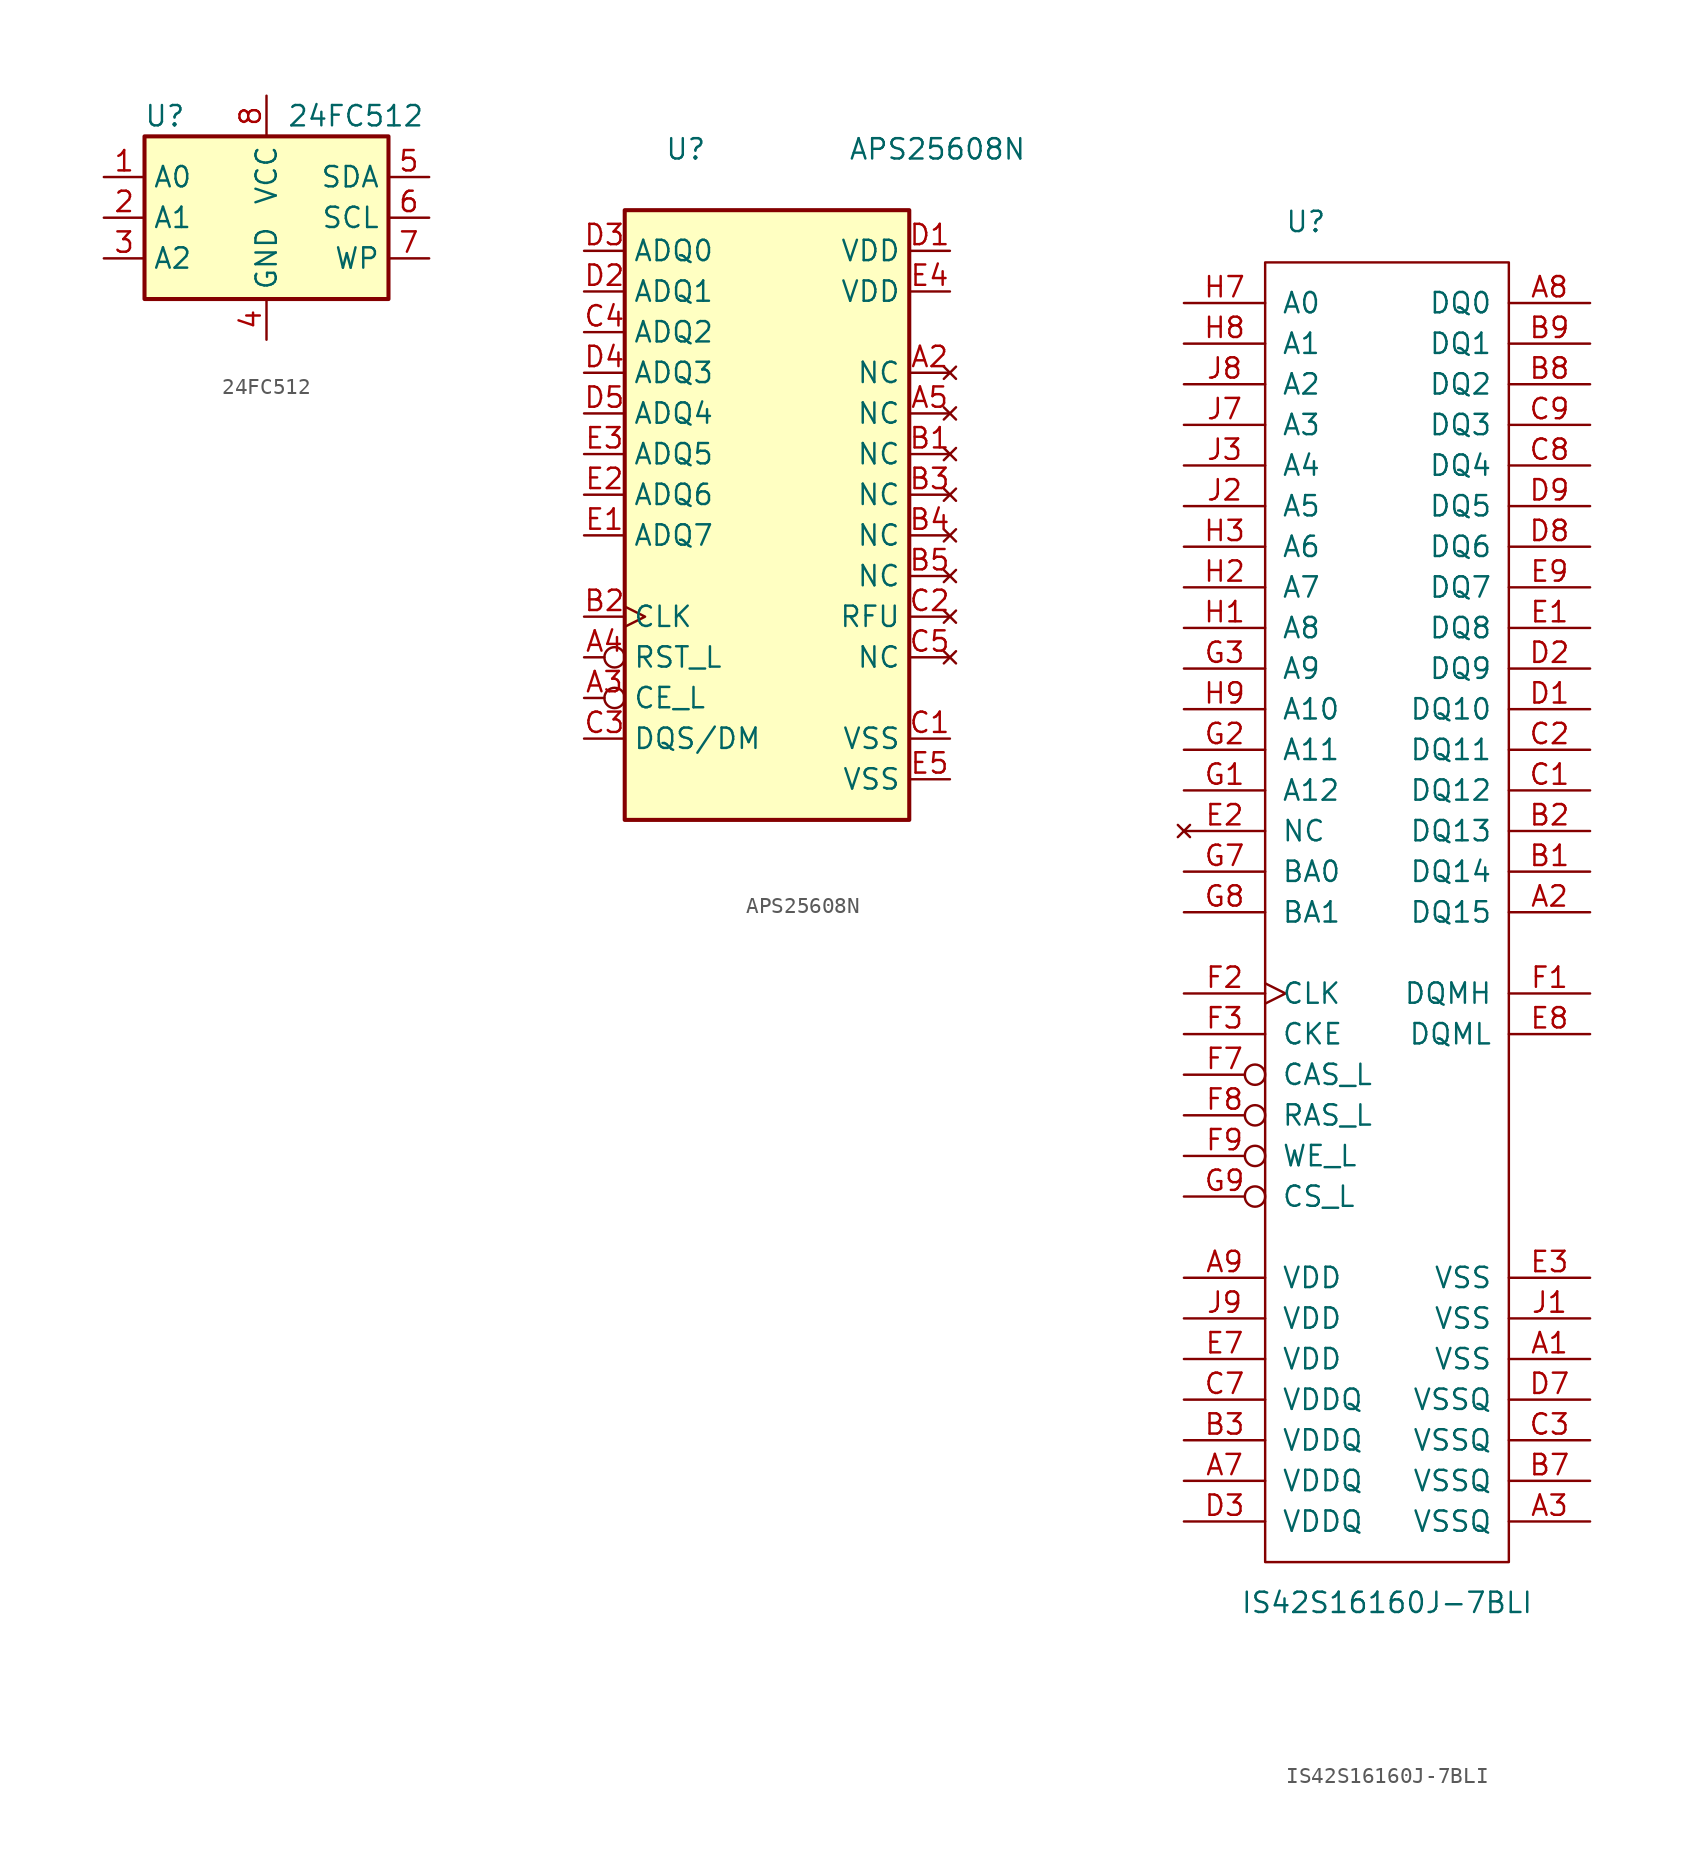
<source format=kicad_sym>
(kicad_symbol_lib
  (version 20211014)
  (generator kicad_symbol_editor)
  (symbol "24FC512"
    (property "Reference" "U"
      (at -6.35 6.35 0)
      (effects (font (size 1.27 1.27))))
    (property "Value" "24FC512"
      (at 1.27 6.35 0)
      (effects (font (size 1.27 1.27)) (justify left)))
    (symbol "24FC512_1_1"
      (rectangle (start -7.62 5.08) (end 7.62 -5.08) (stroke (width 0.254) (type default) (color 0 0 0 0)) (fill (type background)))
      (pin input line (at -10.16 2.54 0) (length 2.54) (name "A0" (effects (font (size 1.27 1.27)))) (number "1" (effects (font (size 1.27 1.27)))))
      (pin input line (at -10.16 0 0) (length 2.54) (name "A1" (effects (font (size 1.27 1.27)))) (number "2" (effects (font (size 1.27 1.27)))))
      (pin input line (at -10.16 -2.54 0) (length 2.54) (name "A2" (effects (font (size 1.27 1.27)))) (number "3" (effects (font (size 1.27 1.27)))))
      (pin power_in line (at 0 -7.62 90) (length 2.54) (name "GND" (effects (font (size 1.27 1.27)))) (number "4" (effects (font (size 1.27 1.27)))))
      (pin bidirectional line (at 10.16 2.54 180) (length 2.54) (name "SDA" (effects (font (size 1.27 1.27)))) (number "5" (effects (font (size 1.27 1.27)))))
      (pin input line (at 10.16 0 180) (length 2.54) (name "SCL" (effects (font (size 1.27 1.27)))) (number "6" (effects (font (size 1.27 1.27)))))
      (pin input line (at 10.16 -2.54 180) (length 2.54) (name "WP" (effects (font (size 1.27 1.27)))) (number "7" (effects (font (size 1.27 1.27)))))
      (pin power_in line (at 0 7.62 270) (length 2.54) (name "VCC" (effects (font (size 1.27 1.27)))) (number "8" (effects (font (size 1.27 1.27)))))))
  (symbol "APS25608N"
    (property "Reference" "U"
      (at -6.35 6.35 0)
      (effects (font (size 1.27 1.27))))
    (property "Value" "APS25608N"
      (at 3.81 6.35 0)
      (effects (font (size 1.27 1.27)) (justify left)))
    (symbol "APS25608N_0_0"
      (pin no_connect line (at 10.16 -20.32 180) (length 2.54) (name "NC" (effects (font (size 1.27 1.27)))) (number "B5" (effects (font (size 1.27 1.27)))))
      (pin power_in line (at 10.16 -30.48 180) (length 2.54) (name "VSS" (effects (font (size 1.27 1.27)))) (number "C1" (effects (font (size 1.27 1.27)))))
      (pin no_connect line (at 10.16 -22.86 180) (length 2.54) (name "RFU" (effects (font (size 1.27 1.27)))) (number "C2" (effects (font (size 1.27 1.27)))))
      (pin input line (at -12.7 -30.48 0) (length 2.54) (name "DQS/DM" (effects (font (size 1.27 1.27)))) (number "C3" (effects (font (size 1.27 1.27)))))
      (pin bidirectional line (at -12.7 -5.08 0) (length 2.54) (name "ADQ2" (effects (font (size 1.27 1.27)))) (number "C4" (effects (font (size 1.27 1.27)))))
      (pin no_connect line (at 10.16 -25.4 180) (length 2.54) (name "NC" (effects (font (size 1.27 1.27)))) (number "C5" (effects (font (size 1.27 1.27)))))
      (pin power_in line (at 10.16 0 180) (length 2.54) (name "VDD" (effects (font (size 1.27 1.27)))) (number "D1" (effects (font (size 1.27 1.27)))))
      (pin bidirectional line (at -12.7 -2.54 0) (length 2.54) (name "ADQ1" (effects (font (size 1.27 1.27)))) (number "D2" (effects (font (size 1.27 1.27)))))
      (pin bidirectional line (at -12.7 0 0) (length 2.54) (name "ADQ0" (effects (font (size 1.27 1.27)))) (number "D3" (effects (font (size 1.27 1.27)))))
      (pin bidirectional line (at -12.7 -7.62 0) (length 2.54) (name "ADQ3" (effects (font (size 1.27 1.27)))) (number "D4" (effects (font (size 1.27 1.27)))))
      (pin bidirectional line (at -12.7 -10.16 0) (length 2.54) (name "ADQ4" (effects (font (size 1.27 1.27)))) (number "D5" (effects (font (size 1.27 1.27)))))
      (pin bidirectional line (at -12.7 -17.78 0) (length 2.54) (name "ADQ7" (effects (font (size 1.27 1.27)))) (number "E1" (effects (font (size 1.27 1.27)))))
      (pin bidirectional line (at -12.7 -15.24 0) (length 2.54) (name "ADQ6" (effects (font (size 1.27 1.27)))) (number "E2" (effects (font (size 1.27 1.27)))))
      (pin bidirectional line (at -12.7 -12.7 0) (length 2.54) (name "ADQ5" (effects (font (size 1.27 1.27)))) (number "E3" (effects (font (size 1.27 1.27)))))
      (pin power_in line (at 10.16 -2.54 180) (length 2.54) (name "VDD" (effects (font (size 1.27 1.27)))) (number "E4" (effects (font (size 1.27 1.27)))))
      (pin power_in line (at 10.16 -33.02 180) (length 2.54) (name "VSS" (effects (font (size 1.27 1.27)))) (number "E5" (effects (font (size 1.27 1.27))))))
    (symbol "APS25608N_1_1"
      (rectangle (start -10.16 2.54) (end 7.62 -35.56) (stroke (width 0.254) (type default) (color 0 0 0 0)) (fill (type background)))
      (pin no_connect line (at 10.16 -7.62 180) (length 2.54) (name "NC" (effects (font (size 1.27 1.27)))) (number "A2" (effects (font (size 1.27 1.27)))))
      (pin input inverted (at -12.7 -27.94 0) (length 2.54) (name "CE_L" (effects (font (size 1.27 1.27)))) (number "A3" (effects (font (size 1.27 1.27)))))
      (pin input inverted (at -12.7 -25.4 0) (length 2.54) (name "RST_L" (effects (font (size 1.27 1.27)))) (number "A4" (effects (font (size 1.27 1.27)))))
      (pin no_connect line (at 10.16 -10.16 180) (length 2.54) (name "NC" (effects (font (size 1.27 1.27)))) (number "A5" (effects (font (size 1.27 1.27)))))
      (pin no_connect line (at 10.16 -12.7 180) (length 2.54) (name "NC" (effects (font (size 1.27 1.27)))) (number "B1" (effects (font (size 1.27 1.27)))))
      (pin input clock (at -12.7 -22.86 0) (length 2.54) (name "CLK" (effects (font (size 1.27 1.27)))) (number "B2" (effects (font (size 1.27 1.27)))))
      (pin no_connect line (at 10.16 -15.24 180) (length 2.54) (name "NC" (effects (font (size 1.27 1.27)))) (number "B3" (effects (font (size 1.27 1.27)))))
      (pin no_connect line (at 10.16 -17.78 180) (length 2.54) (name "NC" (effects (font (size 1.27 1.27)))) (number "B4" (effects (font (size 1.27 1.27)))))))
  (symbol "IS42S16160J-7BLI"
    (pin_names
      (offset 1.016))
    (property "Reference" "U"
      (at -5.08 83.82 0)
      (effects (font (size 1.27 1.27))))
    (property "Value" "IS42S16160J-7BLI"
      (at 0 -2.54 0)
      (effects (font (size 1.27 1.27))))
    (symbol "IS42S16160J-7BLI_0_0"
      (pin bidirectional line (at 12.7 40.64 180) (length 5.08) (name "DQ15" (effects (font (size 1.27 1.27)))) (number "A2" (effects (font (size 1.27 1.27)))))
      (pin power_in line (at 12.7 2.54 180) (length 5.08) (name "VSSQ" (effects (font (size 1.27 1.27)))) (number "A3" (effects (font (size 1.27 1.27)))))
      (pin power_in line (at -12.7 5.08 0) (length 5.08) (name "VDDQ" (effects (font (size 1.27 1.27)))) (number "A7" (effects (font (size 1.27 1.27)))))
      (pin bidirectional line (at 12.7 78.74 180) (length 5.08) (name "DQ0" (effects (font (size 1.27 1.27)))) (number "A8" (effects (font (size 1.27 1.27)))))
      (pin power_in line (at -12.7 17.78 0) (length 5.08) (name "VDD" (effects (font (size 1.27 1.27)))) (number "A9" (effects (font (size 1.27 1.27)))))
      (pin bidirectional line (at 12.7 43.18 180) (length 5.08) (name "DQ14" (effects (font (size 1.27 1.27)))) (number "B1" (effects (font (size 1.27 1.27)))))
      (pin bidirectional line (at 12.7 45.72 180) (length 5.08) (name "DQ13" (effects (font (size 1.27 1.27)))) (number "B2" (effects (font (size 1.27 1.27)))))
      (pin power_in line (at -12.7 7.62 0) (length 5.08) (name "VDDQ" (effects (font (size 1.27 1.27)))) (number "B3" (effects (font (size 1.27 1.27)))))
      (pin power_in line (at 12.7 5.08 180) (length 5.08) (name "VSSQ" (effects (font (size 1.27 1.27)))) (number "B7" (effects (font (size 1.27 1.27)))))
      (pin bidirectional line (at 12.7 73.66 180) (length 5.08) (name "DQ2" (effects (font (size 1.27 1.27)))) (number "B8" (effects (font (size 1.27 1.27)))))
      (pin bidirectional line (at 12.7 76.2 180) (length 5.08) (name "DQ1" (effects (font (size 1.27 1.27)))) (number "B9" (effects (font (size 1.27 1.27)))))
      (pin bidirectional line (at 12.7 48.26 180) (length 5.08) (name "DQ12" (effects (font (size 1.27 1.27)))) (number "C1" (effects (font (size 1.27 1.27)))))
      (pin bidirectional line (at 12.7 50.8 180) (length 5.08) (name "DQ11" (effects (font (size 1.27 1.27)))) (number "C2" (effects (font (size 1.27 1.27)))))
      (pin power_in line (at 12.7 7.62 180) (length 5.08) (name "VSSQ" (effects (font (size 1.27 1.27)))) (number "C3" (effects (font (size 1.27 1.27)))))
      (pin power_in line (at -12.7 10.16 0) (length 5.08) (name "VDDQ" (effects (font (size 1.27 1.27)))) (number "C7" (effects (font (size 1.27 1.27)))))
      (pin bidirectional line (at 12.7 68.58 180) (length 5.08) (name "DQ4" (effects (font (size 1.27 1.27)))) (number "C8" (effects (font (size 1.27 1.27)))))
      (pin bidirectional line (at 12.7 71.12 180) (length 5.08) (name "DQ3" (effects (font (size 1.27 1.27)))) (number "C9" (effects (font (size 1.27 1.27)))))
      (pin bidirectional line (at 12.7 53.34 180) (length 5.08) (name "DQ10" (effects (font (size 1.27 1.27)))) (number "D1" (effects (font (size 1.27 1.27)))))
      (pin bidirectional line (at 12.7 55.88 180) (length 5.08) (name "DQ9" (effects (font (size 1.27 1.27)))) (number "D2" (effects (font (size 1.27 1.27)))))
      (pin power_in line (at -12.7 2.54 0) (length 5.08) (name "VDDQ" (effects (font (size 1.27 1.27)))) (number "D3" (effects (font (size 1.27 1.27)))))
      (pin power_in line (at 12.7 10.16 180) (length 5.08) (name "VSSQ" (effects (font (size 1.27 1.27)))) (number "D7" (effects (font (size 1.27 1.27)))))
      (pin bidirectional line (at 12.7 63.5 180) (length 5.08) (name "DQ6" (effects (font (size 1.27 1.27)))) (number "D8" (effects (font (size 1.27 1.27)))))
      (pin bidirectional line (at 12.7 66.04 180) (length 5.08) (name "DQ5" (effects (font (size 1.27 1.27)))) (number "D9" (effects (font (size 1.27 1.27)))))
      (pin bidirectional line (at 12.7 58.42 180) (length 5.08) (name "DQ8" (effects (font (size 1.27 1.27)))) (number "E1" (effects (font (size 1.27 1.27)))))
      (pin no_connect line (at -12.7 45.72 0) (length 5.08) (name "NC" (effects (font (size 1.27 1.27)))) (number "E2" (effects (font (size 1.27 1.27)))))
      (pin power_in line (at 12.7 17.78 180) (length 5.08) (name "VSS" (effects (font (size 1.27 1.27)))) (number "E3" (effects (font (size 1.27 1.27)))))
      (pin power_in line (at -12.7 12.7 0) (length 5.08) (name "VDD" (effects (font (size 1.27 1.27)))) (number "E7" (effects (font (size 1.27 1.27)))))
      (pin input line (at 12.7 33.02 180) (length 5.08) (name "DQML" (effects (font (size 1.27 1.27)))) (number "E8" (effects (font (size 1.27 1.27)))))
      (pin bidirectional line (at 12.7 60.96 180) (length 5.08) (name "DQ7" (effects (font (size 1.27 1.27)))) (number "E9" (effects (font (size 1.27 1.27)))))
      (pin input line (at 12.7 35.56 180) (length 5.08) (name "DQMH" (effects (font (size 1.27 1.27)))) (number "F1" (effects (font (size 1.27 1.27)))))
      (pin input clock (at -12.7 35.56 0) (length 5.08) (name "CLK" (effects (font (size 1.27 1.27)))) (number "F2" (effects (font (size 1.27 1.27)))))
      (pin input line (at -12.7 33.02 0) (length 5.08) (name "CKE" (effects (font (size 1.27 1.27)))) (number "F3" (effects (font (size 1.27 1.27)))))
      (pin input inverted (at -12.7 30.48 0) (length 5.08) (name "CAS_L" (effects (font (size 1.27 1.27)))) (number "F7" (effects (font (size 1.27 1.27)))))
      (pin input inverted (at -12.7 27.94 0) (length 5.08) (name "RAS_L" (effects (font (size 1.27 1.27)))) (number "F8" (effects (font (size 1.27 1.27)))))
      (pin input inverted (at -12.7 25.4 0) (length 5.08) (name "WE_L" (effects (font (size 1.27 1.27)))) (number "F9" (effects (font (size 1.27 1.27)))))
      (pin input line (at -12.7 48.26 0) (length 5.08) (name "A12" (effects (font (size 1.27 1.27)))) (number "G1" (effects (font (size 1.27 1.27)))))
      (pin input line (at -12.7 50.8 0) (length 5.08) (name "A11" (effects (font (size 1.27 1.27)))) (number "G2" (effects (font (size 1.27 1.27)))))
      (pin input line (at -12.7 55.88 0) (length 5.08) (name "A9" (effects (font (size 1.27 1.27)))) (number "G3" (effects (font (size 1.27 1.27)))))
      (pin input line (at -12.7 43.18 0) (length 5.08) (name "BA0" (effects (font (size 1.27 1.27)))) (number "G7" (effects (font (size 1.27 1.27)))))
      (pin input line (at -12.7 40.64 0) (length 5.08) (name "BA1" (effects (font (size 1.27 1.27)))) (number "G8" (effects (font (size 1.27 1.27)))))
      (pin input inverted (at -12.7 22.86 0) (length 5.08) (name "CS_L" (effects (font (size 1.27 1.27)))) (number "G9" (effects (font (size 1.27 1.27)))))
      (pin input line (at -12.7 58.42 0) (length 5.08) (name "A8" (effects (font (size 1.27 1.27)))) (number "H1" (effects (font (size 1.27 1.27)))))
      (pin input line (at -12.7 60.96 0) (length 5.08) (name "A7" (effects (font (size 1.27 1.27)))) (number "H2" (effects (font (size 1.27 1.27)))))
      (pin input line (at -12.7 63.5 0) (length 5.08) (name "A6" (effects (font (size 1.27 1.27)))) (number "H3" (effects (font (size 1.27 1.27)))))
      (pin input line (at -12.7 78.74 0) (length 5.08) (name "A0" (effects (font (size 1.27 1.27)))) (number "H7" (effects (font (size 1.27 1.27)))))
      (pin input line (at -12.7 76.2 0) (length 5.08) (name "A1" (effects (font (size 1.27 1.27)))) (number "H8" (effects (font (size 1.27 1.27)))))
      (pin input line (at -12.7 53.34 0) (length 5.08) (name "A10" (effects (font (size 1.27 1.27)))) (number "H9" (effects (font (size 1.27 1.27)))))
      (pin power_in line (at 12.7 15.24 180) (length 5.08) (name "VSS" (effects (font (size 1.27 1.27)))) (number "J1" (effects (font (size 1.27 1.27)))))
      (pin input line (at -12.7 66.04 0) (length 5.08) (name "A5" (effects (font (size 1.27 1.27)))) (number "J2" (effects (font (size 1.27 1.27)))))
      (pin input line (at -12.7 68.58 0) (length 5.08) (name "A4" (effects (font (size 1.27 1.27)))) (number "J3" (effects (font (size 1.27 1.27)))))
      (pin input line (at -12.7 71.12 0) (length 5.08) (name "A3" (effects (font (size 1.27 1.27)))) (number "J7" (effects (font (size 1.27 1.27)))))
      (pin input line (at -12.7 73.66 0) (length 5.08) (name "A2" (effects (font (size 1.27 1.27)))) (number "J8" (effects (font (size 1.27 1.27)))))
      (pin power_in line (at -12.7 15.24 0) (length 5.08) (name "VDD" (effects (font (size 1.27 1.27)))) (number "J9" (effects (font (size 1.27 1.27))))))
    (symbol "IS42S16160J-7BLI_0_1"
      (rectangle (start -7.62 81.28) (end 7.62 0) (stroke (width 0) (type default) (color 0 0 0 0)) (fill (type none))))
    (symbol "IS42S16160J-7BLI_1_1"
      (pin power_in line (at 12.7 12.7 180) (length 5.08) (name "VSS" (effects (font (size 1.27 1.27)))) (number "A1" (effects (font (size 1.27 1.27))))))))
</source>
